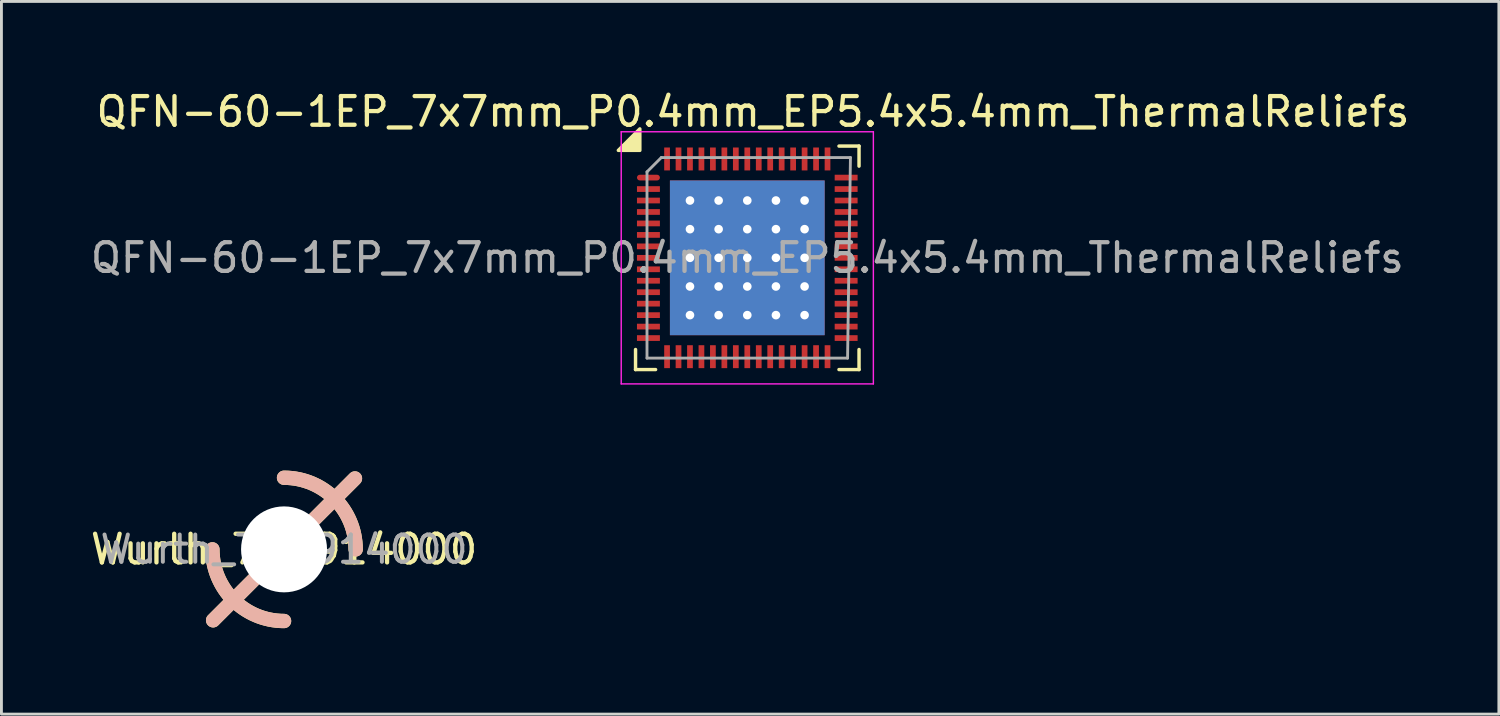
<source format=kicad_pcb>
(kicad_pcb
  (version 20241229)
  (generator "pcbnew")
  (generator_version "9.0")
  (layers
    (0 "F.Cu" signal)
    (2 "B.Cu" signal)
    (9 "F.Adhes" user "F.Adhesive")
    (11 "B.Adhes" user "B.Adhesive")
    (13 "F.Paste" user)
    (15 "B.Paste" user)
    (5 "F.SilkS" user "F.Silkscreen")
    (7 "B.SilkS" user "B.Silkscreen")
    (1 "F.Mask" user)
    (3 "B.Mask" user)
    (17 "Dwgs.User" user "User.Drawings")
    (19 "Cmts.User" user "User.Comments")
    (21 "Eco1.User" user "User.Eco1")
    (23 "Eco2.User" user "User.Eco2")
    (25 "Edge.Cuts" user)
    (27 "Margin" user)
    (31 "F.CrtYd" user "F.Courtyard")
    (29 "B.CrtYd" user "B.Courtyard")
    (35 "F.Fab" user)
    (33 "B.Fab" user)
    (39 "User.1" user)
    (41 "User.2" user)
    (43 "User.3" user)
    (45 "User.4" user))
  (footprint "Wurth_702914000"
    (layer "F.Cu")
    (at 6.863 16.123)
    (property "Reference" "Wurth_702914000" (at 0 0 0) (layer "F.SilkS") (effects (font (size 1 1) (thickness 0.15))))
    (attr exclude_from_pos_files exclude_from_bom)
    (fp_line (start -1.061 1.061) (end -2.475 2.475) (stroke (width 0.5) (type solid)) (layer "F.SilkS"))
    (fp_line (start 2.475 -2.475) (end 1.061 -1.061) (stroke (width 0.5) (type solid)) (layer "F.SilkS"))
    (fp_arc (start 0 -2.5) (mid 1.767767 -1.767767) (end 2.5 0) (stroke (width 0.5) (type solid)) (layer "F.SilkS"))
    (fp_arc (start 0 2.5) (mid -1.767767 1.767767) (end -2.5 0) (stroke (width 0.5) (type solid)) (layer "F.SilkS"))
    (fp_line (start -2.475 2.475) (end -1.061 1.061) (stroke (width 0.5) (type solid)) (layer "B.SilkS"))
    (fp_line (start 1.061 -1.061) (end 2.475 -2.475) (stroke (width 0.5) (type solid)) (layer "B.SilkS"))
    (fp_arc (start 0 -2.5) (mid 1.767767 -1.767767) (end 2.5 0) (stroke (width 0.5) (type solid)) (layer "B.SilkS"))
    (fp_arc (start 0 2.5) (mid -1.767767 1.767767) (end -2.5 0) (stroke (width 0.5) (type solid)) (layer "B.SilkS"))
    (fp_text user "${REFERENCE}" (at 0 0 0) (layer "F.Fab") (effects (font (size 0.95 0.95) (thickness 0.14))))
    (pad "" np_thru_hole circle (at 0 0) (size 3 3) (drill 3) (layers "*.Cu" "*.Mask")))
  (footprint "QFN-60-1EP_7x7mm_P0.4mm_EP5.4x5.4mm_ThermalReliefs"
    (layer "F.Cu")
    (at 23.03 5.948)
    (property "Reference" "QFN-60-1EP_7x7mm_P0.4mm_EP5.4x5.4mm_ThermalReliefs" (at 0.2 -5.1 0) (layer "F.SilkS") (effects (font (size 1 1) (thickness 0.15))))
    (attr smd)
    (fp_line (start -3.9 3.9) (end -3.9 3.2) (stroke (width 0.12) (type solid)) (layer "F.SilkS"))
    (fp_line (start -3.2 3.9) (end -3.9 3.9) (stroke (width 0.12) (type solid)) (layer "F.SilkS"))
    (fp_line (start 3.2 -3.9) (end 3.9 -3.9) (stroke (width 0.12) (type solid)) (layer "F.SilkS"))
    (fp_line (start 3.9 -3.9) (end 3.9 -3.2) (stroke (width 0.12) (type solid)) (layer "F.SilkS"))
    (fp_line (start 3.9 3.2) (end 3.9 3.9) (stroke (width 0.12) (type solid)) (layer "F.SilkS"))
    (fp_line (start 3.9 3.9) (end 3.2 3.9) (stroke (width 0.12) (type solid)) (layer "F.SilkS"))
    (fp_poly (pts (xy -3.75 -3.75) (xy -4.5 -3.75) (xy -3.75 -4.5)) (stroke (width 0.12) (type solid)) (fill yes) (layer "F.SilkS"))
    (fp_line (start -4.4 -4.4) (end -4.4 4.4) (stroke (width 0.05) (type solid)) (layer "F.CrtYd"))
    (fp_line (start -4.4 4.4) (end 4.4 4.4) (stroke (width 0.05) (type solid)) (layer "F.CrtYd"))
    (fp_line (start 4.4 -4.4) (end -4.4 -4.4) (stroke (width 0.05) (type solid)) (layer "F.CrtYd"))
    (fp_line (start 4.4 4.4) (end 4.4 -4.4) (stroke (width 0.05) (type solid)) (layer "F.CrtYd"))
    (fp_line (start -3.5 -3) (end -3 -3.5) (stroke (width 0.1) (type solid)) (layer "F.Fab"))
    (fp_line (start -3.5 3.5) (end -3.5 -3) (stroke (width 0.1) (type solid)) (layer "F.Fab"))
    (fp_line (start -3 -3.5) (end 3.6 -3.5) (stroke (width 0.1) (type solid)) (layer "F.Fab"))
    (fp_line (start 3.5 3.5) (end -3.5 3.5) (stroke (width 0.1) (type solid)) (layer "F.Fab"))
    (fp_line (start 3.6 -3.5) (end 3.5 3.5) (stroke (width 0.1) (type solid)) (layer "F.Fab"))
    (fp_text user "${REFERENCE}" (at 0 0 0) (layer "F.Fab") (effects (font (size 1 1) (thickness 0.15))))
    (pad "" smd roundrect (at -2.2 -2.2) (size 0.75 0.75) (layers "F.Paste") (roundrect_rratio 0.238))
    (pad "" smd roundrect (at -2.2 -1.1) (size 0.75 0.75) (layers "F.Paste") (roundrect_rratio 0.238))
    (pad "" smd roundrect (at -2.2 0) (size 0.75 0.75) (layers "F.Paste") (roundrect_rratio 0.238))
    (pad "" smd roundrect (at -2.2 1.1) (size 0.75 0.75) (layers "F.Paste") (roundrect_rratio 0.238))
    (pad "" smd roundrect (at -2.2 2.2) (size 0.75 0.75) (layers "F.Paste") (roundrect_rratio 0.238))
    (pad "" smd roundrect (at -1.1 -2.2) (size 0.75 0.75) (layers "F.Paste") (roundrect_rratio 0.238))
    (pad "" smd roundrect (at -1.1 -1.1) (size 0.75 0.75) (layers "F.Paste") (roundrect_rratio 0.238))
    (pad "" smd roundrect (at -1.1 0) (size 0.75 0.75) (layers "F.Paste") (roundrect_rratio 0.238))
    (pad "" smd roundrect (at -1.1 1.1) (size 0.75 0.75) (layers "F.Paste") (roundrect_rratio 0.238))
    (pad "" smd roundrect (at -1.1 2.2) (size 0.75 0.75) (layers "F.Paste") (roundrect_rratio 0.238))
    (pad "" smd roundrect (at 0 -2.2) (size 0.75 0.75) (layers "F.Paste") (roundrect_rratio 0.238))
    (pad "" smd roundrect (at 0 -1.1) (size 0.75 0.75) (layers "F.Paste") (roundrect_rratio 0.238))
    (pad "" smd roundrect (at 0 0) (size 0.75 0.75) (layers "F.Paste") (roundrect_rratio 0.238))
    (pad "" smd roundrect (at 0 1.1) (size 0.75 0.75) (layers "F.Paste") (roundrect_rratio 0.238))
    (pad "" smd roundrect (at 0 2.2) (size 0.75 0.75) (layers "F.Paste") (roundrect_rratio 0.238))
    (pad "" smd roundrect (at 1.1 -2.2) (size 0.75 0.75) (layers "F.Paste") (roundrect_rratio 0.238))
    (pad "" smd roundrect (at 1.1 -1.1) (size 0.75 0.75) (layers "F.Paste") (roundrect_rratio 0.238))
    (pad "" smd roundrect (at 1.1 0) (size 0.75 0.75) (layers "F.Paste") (roundrect_rratio 0.238))
    (pad "" smd roundrect (at 1.1 1.1) (size 0.75 0.75) (layers "F.Paste") (roundrect_rratio 0.238))
    (pad "" smd roundrect (at 1.1 2.2) (size 0.75 0.75) (layers "F.Paste") (roundrect_rratio 0.238))
    (pad "" smd roundrect (at 2.2 -2.2) (size 0.75 0.75) (layers "F.Paste") (roundrect_rratio 0.238))
    (pad "" smd roundrect (at 2.2 -1.1) (size 0.75 0.75) (layers "F.Paste") (roundrect_rratio 0.238))
    (pad "" smd roundrect (at 2.2 0) (size 0.75 0.75) (layers "F.Paste") (roundrect_rratio 0.238))
    (pad "" smd roundrect (at 2.2 1.1) (size 0.75 0.75) (layers "F.Paste") (roundrect_rratio 0.238))
    (pad "" smd roundrect (at 2.2 2.2) (size 0.75 0.75) (layers "F.Paste") (roundrect_rratio 0.238))
    (pad "1" smd roundrect (at -3.45 -2.8) (size 0.8 0.2) (layers "F.Cu" "F.Mask" "F.Paste") (roundrect_rratio 0.5))
    (pad "2" smd trapezoid (at -3.45 -2.4) (size 0.8 0.2) (layers "F.Cu" "F.Mask" "F.Paste"))
    (pad "3" smd trapezoid (at -3.45 -2) (size 0.8 0.2) (layers "F.Cu" "F.Mask" "F.Paste"))
    (pad "4" smd trapezoid (at -3.45 -1.6) (size 0.8 0.2) (layers "F.Cu" "F.Mask" "F.Paste"))
    (pad "5" smd trapezoid (at -3.45 -1.2) (size 0.8 0.2) (layers "F.Cu" "F.Mask" "F.Paste"))
    (pad "6" smd trapezoid (at -3.45 -0.8) (size 0.8 0.2) (layers "F.Cu" "F.Mask" "F.Paste"))
    (pad "7" smd trapezoid (at -3.45 -0.4) (size 0.8 0.2) (layers "F.Cu" "F.Mask" "F.Paste"))
    (pad "8" smd trapezoid (at -3.45 0) (size 0.8 0.2) (layers "F.Cu" "F.Mask" "F.Paste"))
    (pad "9" smd trapezoid (at -3.45 0.4) (size 0.8 0.2) (layers "F.Cu" "F.Mask" "F.Paste"))
    (pad "10" smd trapezoid (at -3.45 0.8) (size 0.8 0.2) (layers "F.Cu" "F.Mask" "F.Paste"))
    (pad "11" smd trapezoid (at -3.45 1.2) (size 0.8 0.2) (layers "F.Cu" "F.Mask" "F.Paste"))
    (pad "12" smd trapezoid (at -3.45 1.6) (size 0.8 0.2) (layers "F.Cu" "F.Mask" "F.Paste"))
    (pad "13" smd trapezoid (at -3.45 2) (size 0.8 0.2) (layers "F.Cu" "F.Mask" "F.Paste"))
    (pad "14" smd trapezoid (at -3.45 2.4) (size 0.8 0.2) (layers "F.Cu" "F.Mask" "F.Paste"))
    (pad "15" smd trapezoid (at -3.45 2.8) (size 0.8 0.2) (layers "F.Cu" "F.Mask" "F.Paste"))
    (pad "16" smd trapezoid (at -2.8 3.45 270) (size 0.8 0.2) (layers "F.Cu" "F.Mask" "F.Paste"))
    (pad "17" smd trapezoid (at -2.4 3.45 90) (size 0.8 0.2) (layers "F.Cu" "F.Mask" "F.Paste"))
    (pad "18" smd trapezoid (at -2 3.45 90) (size 0.8 0.2) (layers "F.Cu" "F.Mask" "F.Paste"))
    (pad "19" smd trapezoid (at -1.6 3.45 90) (size 0.8 0.2) (layers "F.Cu" "F.Mask" "F.Paste"))
    (pad "20" smd trapezoid (at -1.2 3.45 90) (size 0.8 0.2) (layers "F.Cu" "F.Mask" "F.Paste"))
    (pad "21" smd trapezoid (at -0.8 3.45 90) (size 0.8 0.2) (layers "F.Cu" "F.Mask" "F.Paste"))
    (pad "22" smd trapezoid (at -0.4 3.45 90) (size 0.8 0.2) (layers "F.Cu" "F.Mask" "F.Paste"))
    (pad "23" smd trapezoid (at 0 3.45 90) (size 0.8 0.2) (layers "F.Cu" "F.Mask" "F.Paste"))
    (pad "24" smd trapezoid (at 0.4 3.45 90) (size 0.8 0.2) (layers "F.Cu" "F.Mask" "F.Paste"))
    (pad "25" smd trapezoid (at 0.8 3.45 90) (size 0.8 0.2) (layers "F.Cu" "F.Mask" "F.Paste"))
    (pad "26" smd trapezoid (at 1.2 3.45 90) (size 0.8 0.2) (layers "F.Cu" "F.Mask" "F.Paste"))
    (pad "27" smd trapezoid (at 1.6 3.45 90) (size 0.8 0.2) (layers "F.Cu" "F.Mask" "F.Paste"))
    (pad "28" smd trapezoid (at 2 3.45 90) (size 0.8 0.2) (layers "F.Cu" "F.Mask" "F.Paste"))
    (pad "29" smd trapezoid (at 2.4 3.45 90) (size 0.8 0.2) (layers "F.Cu" "F.Mask" "F.Paste"))
    (pad "30" smd trapezoid (at 2.8 3.45 90) (size 0.8 0.2) (layers "F.Cu" "F.Mask" "F.Paste"))
    (pad "31" smd trapezoid (at 3.45 2.8) (size 0.8 0.2) (layers "F.Cu" "F.Mask" "F.Paste"))
    (pad "32" smd trapezoid (at 3.45 2.4) (size 0.8 0.2) (layers "F.Cu" "F.Mask" "F.Paste"))
    (pad "33" smd trapezoid (at 3.45 2) (size 0.8 0.2) (layers "F.Cu" "F.Mask" "F.Paste"))
    (pad "34" smd trapezoid (at 3.45 1.6) (size 0.8 0.2) (layers "F.Cu" "F.Mask" "F.Paste"))
    (pad "35" smd trapezoid (at 3.45 1.2) (size 0.8 0.2) (layers "F.Cu" "F.Mask" "F.Paste"))
    (pad "36" smd trapezoid (at 3.45 0.8) (size 0.8 0.2) (layers "F.Cu" "F.Mask" "F.Paste"))
    (pad "37" smd trapezoid (at 3.45 0.4) (size 0.8 0.2) (layers "F.Cu" "F.Mask" "F.Paste"))
    (pad "38" smd trapezoid (at 3.45 0) (size 0.8 0.2) (layers "F.Cu" "F.Mask" "F.Paste"))
    (pad "39" smd trapezoid (at 3.45 -0.4) (size 0.8 0.2) (layers "F.Cu" "F.Mask" "F.Paste"))
    (pad "40" smd trapezoid (at 3.45 -0.8) (size 0.8 0.2) (layers "F.Cu" "F.Mask" "F.Paste"))
    (pad "41" smd trapezoid (at 3.45 -1.2) (size 0.8 0.2) (layers "F.Cu" "F.Mask" "F.Paste"))
    (pad "42" smd trapezoid (at 3.45 -1.6) (size 0.8 0.2) (layers "F.Cu" "F.Mask" "F.Paste"))
    (pad "43" smd trapezoid (at 3.45 -2) (size 0.8 0.2) (layers "F.Cu" "F.Mask" "F.Paste"))
    (pad "44" smd trapezoid (at 3.45 -2.4) (size 0.8 0.2) (layers "F.Cu" "F.Mask" "F.Paste"))
    (pad "45" smd trapezoid (at 3.45 -2.8) (size 0.8 0.2) (layers "F.Cu" "F.Mask" "F.Paste"))
    (pad "46" smd trapezoid (at 2.8 -3.45 90) (size 0.8 0.2) (layers "F.Cu" "F.Mask" "F.Paste"))
    (pad "47" smd trapezoid (at 2.4 -3.45 90) (size 0.8 0.2) (layers "F.Cu" "F.Mask" "F.Paste"))
    (pad "48" smd trapezoid (at 2 -3.45 90) (size 0.8 0.2) (layers "F.Cu" "F.Mask" "F.Paste"))
    (pad "49" smd trapezoid (at 1.6 -3.45 90) (size 0.8 0.2) (layers "F.Cu" "F.Mask" "F.Paste"))
    (pad "50" smd trapezoid (at 1.2 -3.45 90) (size 0.8 0.2) (layers "F.Cu" "F.Mask" "F.Paste"))
    (pad "51" smd trapezoid (at 0.8 -3.45 90) (size 0.8 0.2) (layers "F.Cu" "F.Mask" "F.Paste"))
    (pad "52" smd trapezoid (at 0.4 -3.45 90) (size 0.8 0.2) (layers "F.Cu" "F.Mask" "F.Paste"))
    (pad "53" smd trapezoid (at 0 -3.45 90) (size 0.8 0.2) (layers "F.Cu" "F.Mask" "F.Paste"))
    (pad "54" smd trapezoid (at -0.4 -3.45 90) (size 0.8 0.2) (layers "F.Cu" "F.Mask" "F.Paste"))
    (pad "55" smd trapezoid (at -0.8 -3.45 90) (size 0.8 0.2) (layers "F.Cu" "F.Mask" "F.Paste"))
    (pad "56" smd trapezoid (at -1.2 -3.45 90) (size 0.8 0.2) (layers "F.Cu" "F.Mask" "F.Paste"))
    (pad "57" smd trapezoid (at -1.6 -3.45 90) (size 0.8 0.2) (layers "F.Cu" "F.Mask" "F.Paste"))
    (pad "58" smd trapezoid (at -2 -3.45 90) (size 0.8 0.2) (layers "F.Cu" "F.Mask" "F.Paste"))
    (pad "59" smd trapezoid (at -2.4 -3.45 90) (size 0.8 0.2) (layers "F.Cu" "F.Mask" "F.Paste"))
    (pad "60" smd trapezoid (at -2.8 -3.45 90) (size 0.8 0.2) (layers "F.Cu" "F.Mask" "F.Paste"))
    (pad "61" thru_hole circle (at -2 -2) (size 0.5 0.5) (drill 0.3) (layers "*.Cu" "F.Mask"))
    (pad "61" thru_hole circle (at -2 -1) (size 0.5 0.5) (drill 0.3) (layers "*.Cu" "F.Mask"))
    (pad "61" thru_hole circle (at -2 0) (size 0.5 0.5) (drill 0.3) (layers "*.Cu" "F.Mask"))
    (pad "61" thru_hole circle (at -2 1) (size 0.5 0.5) (drill 0.3) (layers "*.Cu" "F.Mask"))
    (pad "61" thru_hole circle (at -2 2) (size 0.5 0.5) (drill 0.3) (layers "*.Cu" "F.Mask"))
    (pad "61" thru_hole circle (at -1 -2) (size 0.5 0.5) (drill 0.3) (layers "*.Cu" "F.Mask"))
    (pad "61" thru_hole circle (at -1 -1) (size 0.5 0.5) (drill 0.3) (layers "*.Cu" "F.Mask"))
    (pad "61" thru_hole circle (at -1 0) (size 0.5 0.5) (drill 0.3) (layers "*.Cu" "F.Mask"))
    (pad "61" thru_hole circle (at -1 1) (size 0.5 0.5) (drill 0.3) (layers "*.Cu" "F.Mask"))
    (pad "61" thru_hole circle (at -1 2) (size 0.5 0.5) (drill 0.3) (layers "*.Cu" "F.Mask"))
    (pad "61" thru_hole circle (at 0 -2) (size 0.5 0.5) (drill 0.3) (layers "*.Cu" "F.Mask"))
    (pad "61" thru_hole circle (at 0 -1) (size 0.5 0.5) (drill 0.3) (layers "*.Cu" "F.Mask"))
    (pad "61" thru_hole circle (at 0 0) (size 0.5 0.5) (drill 0.3) (layers "*.Cu" "F.Mask"))
    (pad "61" smd rect (at 0 0) (size 5.4 5.4) (layers "F.Cu" "F.Mask"))
    (pad "61" smd rect (at 0 0) (size 5.4 5.4) (layers "B.Cu"))
    (pad "61" thru_hole circle (at 0 1) (size 0.5 0.5) (drill 0.3) (layers "*.Cu" "F.Mask"))
    (pad "61" thru_hole circle (at 0 2) (size 0.5 0.5) (drill 0.3) (layers "*.Cu" "F.Mask"))
    (pad "61" thru_hole circle (at 1 -2) (size 0.5 0.5) (drill 0.3) (layers "*.Cu" "F.Mask"))
    (pad "61" thru_hole circle (at 1 -1) (size 0.5 0.5) (drill 0.3) (layers "*.Cu" "F.Mask"))
    (pad "61" thru_hole circle (at 1 0) (size 0.5 0.5) (drill 0.3) (layers "*.Cu" "F.Mask"))
    (pad "61" thru_hole circle (at 1 1) (size 0.5 0.5) (drill 0.3) (layers "*.Cu" "F.Mask"))
    (pad "61" thru_hole circle (at 1 2) (size 0.5 0.5) (drill 0.3) (layers "*.Cu" "F.Mask"))
    (pad "61" thru_hole circle (at 2 -2) (size 0.5 0.5) (drill 0.3) (layers "*.Cu" "F.Mask"))
    (pad "61" thru_hole circle (at 2 -1) (size 0.5 0.5) (drill 0.3) (layers "*.Cu" "F.Mask"))
    (pad "61" thru_hole circle (at 2 0) (size 0.5 0.5) (drill 0.3) (layers "*.Cu" "F.Mask"))
    (pad "61" thru_hole circle (at 2 1) (size 0.5 0.5) (drill 0.3) (layers "*.Cu" "F.Mask"))
    (pad "61" thru_hole circle (at 2 2) (size 0.5 0.5) (drill 0.3) (layers "*.Cu" "F.Mask")))
  (gr_rect
    (start -3 -3)
    (end 49.26 21.873)
    (stroke (width 0.1) (type default))
    (fill no)
    (layer "Edge.Cuts")))
</source>
